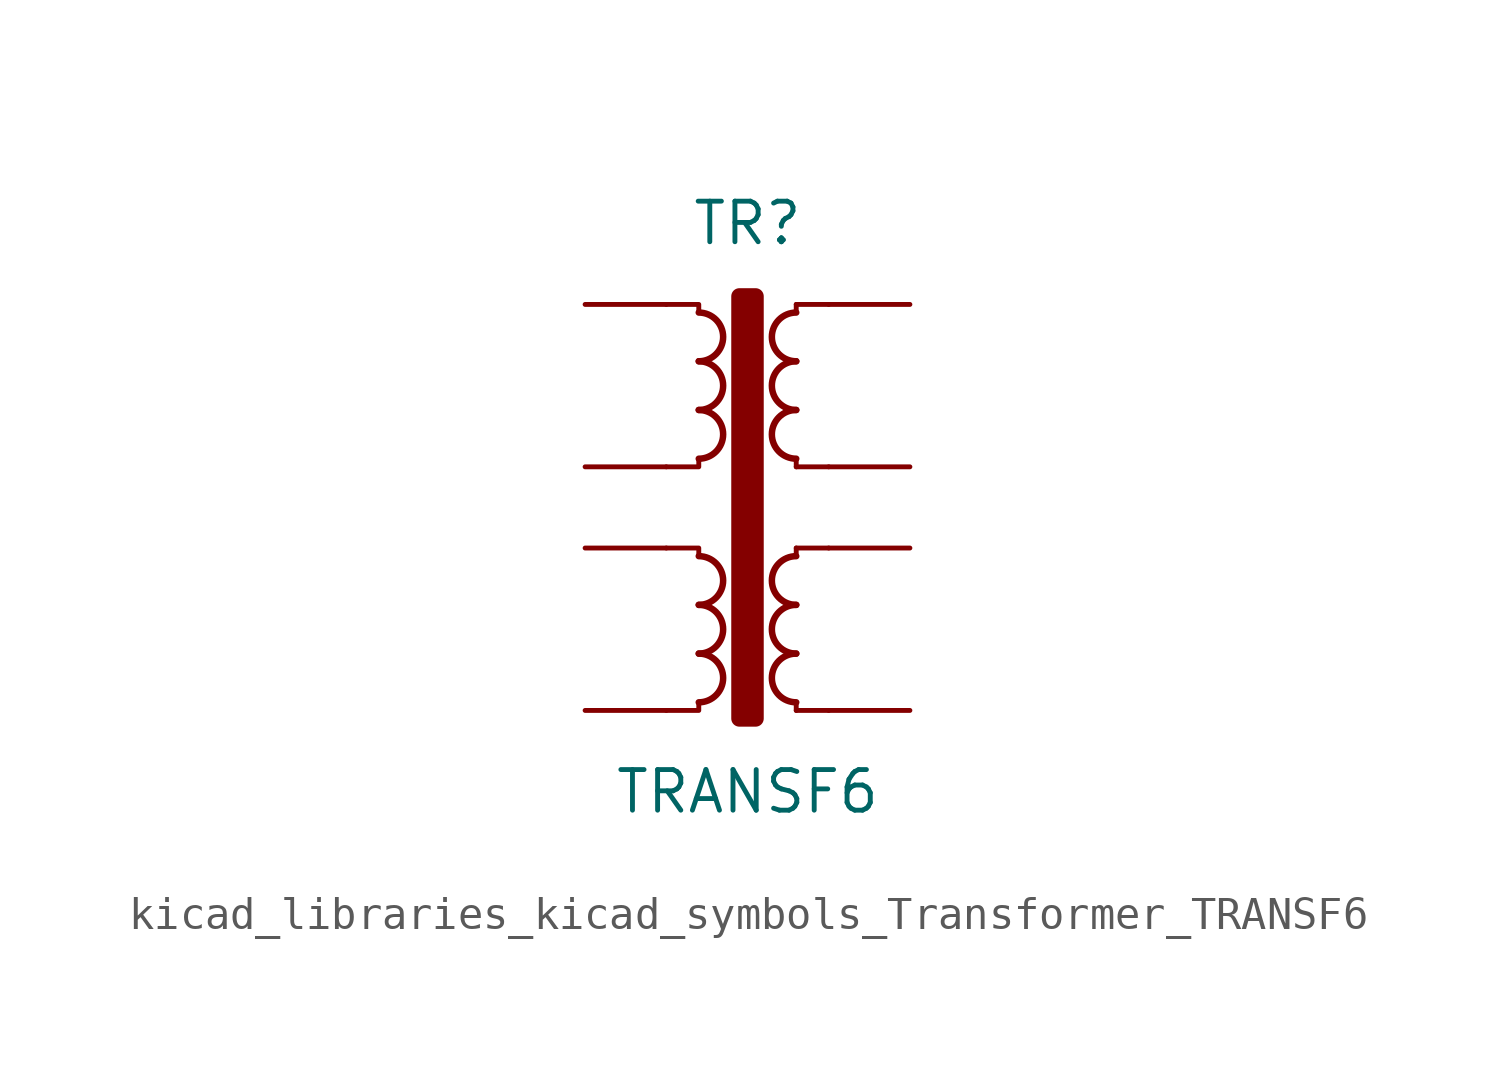
<source format=kicad_sym>
(kicad_symbol_lib
  (version 20220914)
  (generator kicad_symbol_editor)
  (symbol "kicad_libraries_kicad_symbols_Transformer_TRANSF6"
    (pin_numbers hide)
    (pin_names
      (offset 0))
    (property "Reference" "TR"
      (at 0 10.16 0)
      (effects (font (size 1.27 1.27))))
    (property "Value" "TRANSF6"
      (at 0 -7.62 0)
      (effects (font (size 1.27 1.27))))
    (symbol "kicad_libraries_kicad_symbols_Transformer_TRANSF6_0_1"
      (arc (start -1.524 -4.826) (mid -0.7653 -4.064) (end -1.524 -3.302) (stroke (width 0.2032) (type default)) (fill (type none)))
      (arc (start -1.524 -3.302) (mid -0.7653 -2.54) (end -1.524 -1.778) (stroke (width 0.2032) (type default)) (fill (type none)))
      (arc (start -1.524 -1.778) (mid -0.7653 -1.016) (end -1.524 -0.254) (stroke (width 0.2032) (type default)) (fill (type none)))
      (arc (start -1.524 2.794) (mid -0.7653 3.556) (end -1.524 4.318) (stroke (width 0.2032) (type default)) (fill (type none)))
      (arc (start -1.524 4.318) (mid -0.7653 5.08) (end -1.524 5.842) (stroke (width 0.2032) (type default)) (fill (type none)))
      (arc (start -1.524 5.842) (mid -0.7653 6.604) (end -1.524 7.366) (stroke (width 0.2032) (type default)) (fill (type none)))
      (rectangle (start -0.254 7.874) (end 0.254 -5.334) (stroke (width 0.508) (type default)) (fill (type outline)))
      (polyline (pts (xy 1.524 -4.826) (xy 1.524 -5.08) (xy 1.524 -5.08)) (stroke (width 0) (type default)) (fill (type outline)))
      (polyline (pts (xy 1.524 0) (xy 1.524 -0.254) (xy 1.524 -0.254)) (stroke (width 0) (type default)) (fill (type outline)))
      (polyline (pts (xy 1.524 0) (xy 2.54 0) (xy 2.54 0)) (stroke (width 0) (type default)) (fill (type none)))
      (polyline (pts (xy 1.524 2.54) (xy 1.524 2.794) (xy 1.524 2.794)) (stroke (width 0) (type default)) (fill (type outline)))
      (polyline (pts (xy 1.524 2.54) (xy 2.54 2.54) (xy 2.54 2.54)) (stroke (width 0) (type default)) (fill (type none)))
      (polyline (pts (xy 1.524 7.62) (xy 1.524 7.366) (xy 1.524 7.366)) (stroke (width 0) (type default)) (fill (type outline)))
      (polyline (pts (xy 1.524 7.62) (xy 2.54 7.62) (xy 2.54 7.62)) (stroke (width 0) (type default)) (fill (type none)))
      (polyline (pts (xy 2.54 -5.08) (xy 1.524 -5.08) (xy 1.524 -5.08)) (stroke (width 0) (type default)) (fill (type none)))
      (polyline (pts (xy -1.524 -4.826) (xy -1.524 -5.08) (xy -2.54 -5.08) (xy -2.54 -5.08)) (stroke (width 0) (type default)) (fill (type none)))
      (polyline (pts (xy -1.524 -0.254) (xy -1.524 0) (xy -2.54 0) (xy -2.54 0)) (stroke (width 0) (type default)) (fill (type none)))
      (polyline (pts (xy -1.524 2.794) (xy -1.524 2.54) (xy -2.54 2.54) (xy -2.54 2.54)) (stroke (width 0) (type default)) (fill (type none)))
      (polyline (pts (xy -1.524 7.366) (xy -1.524 7.62) (xy -2.54 7.62) (xy -2.54 7.62)) (stroke (width 0) (type default)) (fill (type none)))
      (arc (start 1.524 -3.302) (mid 0.7653 -4.064) (end 1.524 -4.826) (stroke (width 0.2032) (type default)) (fill (type none)))
      (arc (start 1.524 -1.778) (mid 0.7653 -2.54) (end 1.524 -3.302) (stroke (width 0.2032) (type default)) (fill (type none)))
      (arc (start 1.524 -0.254) (mid 0.7653 -1.016) (end 1.524 -1.778) (stroke (width 0.2032) (type default)) (fill (type none)))
      (arc (start 1.524 4.318) (mid 0.7653 3.556) (end 1.524 2.794) (stroke (width 0.2032) (type default)) (fill (type none)))
      (arc (start 1.524 5.842) (mid 0.7653 5.08) (end 1.524 4.318) (stroke (width 0.2032) (type default)) (fill (type none)))
      (arc (start 1.524 7.366) (mid 0.7653 6.604) (end 1.524 5.842) (stroke (width 0.2032) (type default)) (fill (type none))))
    (symbol "kicad_libraries_kicad_symbols_Transformer_TRANSF6_1_1"
      (pin passive line (at -5.08 7.62 0) (length 2.54) (name "~" (effects (font (size 1.27 1.27)))) (number "1" (effects (font (size 1.27 1.27)))))
      (pin passive line (at -5.08 2.54 0) (length 2.54) (name "~" (effects (font (size 1.27 1.27)))) (number "2" (effects (font (size 1.27 1.27)))))
      (pin passive line (at -5.08 0 0) (length 2.54) (name "~" (effects (font (size 1.27 1.27)))) (number "3" (effects (font (size 1.27 1.27)))))
      (pin passive line (at -5.08 -5.08 0) (length 2.54) (name "~" (effects (font (size 1.27 1.27)))) (number "4" (effects (font (size 1.27 1.27)))))
      (pin passive line (at 5.08 -5.08 180) (length 2.54) (name "~" (effects (font (size 1.27 1.27)))) (number "5" (effects (font (size 1.27 1.27)))))
      (pin passive line (at 5.08 0 180) (length 2.54) (name "~" (effects (font (size 1.27 1.27)))) (number "6" (effects (font (size 1.27 1.27)))))
      (pin passive line (at 5.08 2.54 180) (length 2.54) (name "~" (effects (font (size 1.27 1.27)))) (number "7" (effects (font (size 1.27 1.27)))))
      (pin passive line (at 5.08 7.62 180) (length 2.54) (name "~" (effects (font (size 1.27 1.27)))) (number "8" (effects (font (size 1.27 1.27))))))))
</source>
